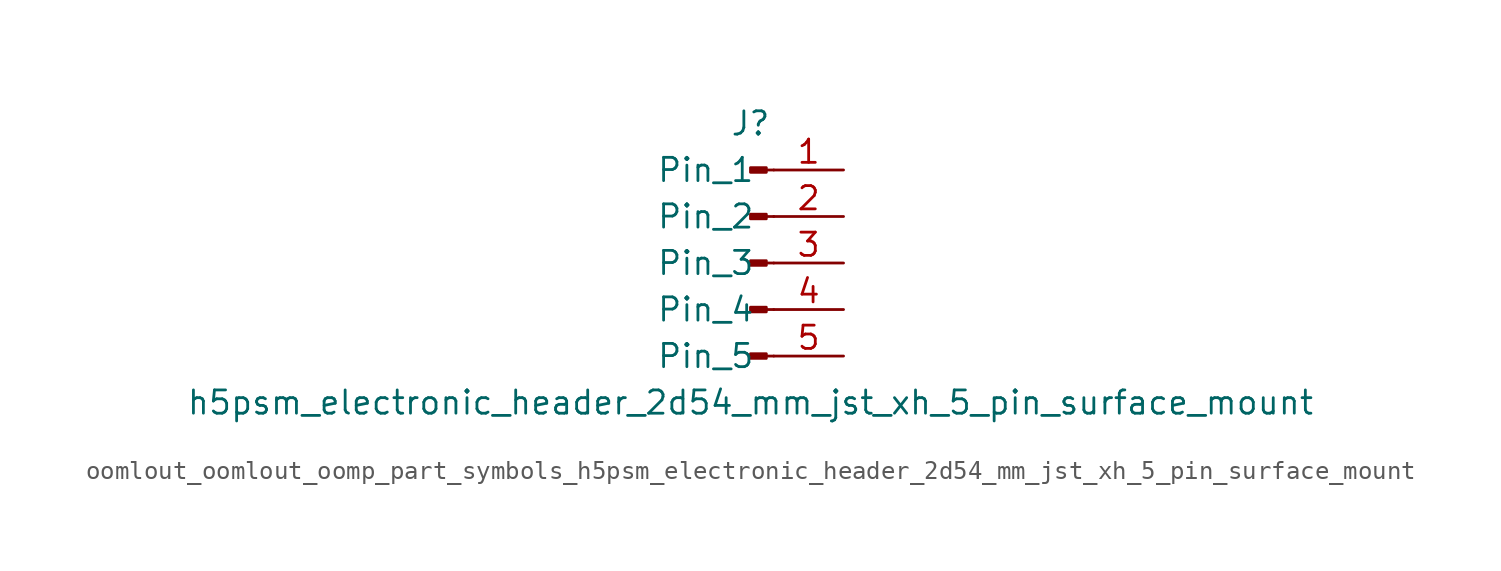
<source format=kicad_sym>
(kicad_symbol_lib
  (version 20220914)
  (generator kicad_symbol_editor)
  (symbol "oomlout_oomlout_oomp_part_symbols_h5psm_electronic_header_2d54_mm_jst_xh_5_pin_surface_mount"
    (pin_names
      (offset 1.016))
    (property "Reference" "J"
      (at 0 7.62 0)
      (effects (font (size 1.27 1.27))))
    (property "Value" "h5psm_electronic_header_2d54_mm_jst_xh_5_pin_surface_mount"
      (at 0 -7.62 0)
      (effects (font (size 1.27 1.27))))
    (property "ki_locked" ""
      (at 0 0 0)
      (effects (font (size 1.27 1.27))))
    (symbol "oomlout_oomlout_oomp_part_symbols_h5psm_electronic_header_2d54_mm_jst_xh_5_pin_surface_mount_1_1"
      (polyline (pts (xy 1.27 -5.08) (xy 0.864 -5.08)) (stroke (width 0.152) (type default)) (fill (type none)))
      (polyline (pts (xy 1.27 -2.54) (xy 0.864 -2.54)) (stroke (width 0.152) (type default)) (fill (type none)))
      (polyline (pts (xy 1.27 0) (xy 0.864 0)) (stroke (width 0.152) (type default)) (fill (type none)))
      (polyline (pts (xy 1.27 2.54) (xy 0.864 2.54)) (stroke (width 0.152) (type default)) (fill (type none)))
      (polyline (pts (xy 1.27 5.08) (xy 0.864 5.08)) (stroke (width 0.152) (type default)) (fill (type none)))
      (rectangle (start 0.864 -4.953) (end 0 -5.207) (stroke (width 0.152) (type default)) (fill (type outline)))
      (rectangle (start 0.864 -2.413) (end 0 -2.667) (stroke (width 0.152) (type default)) (fill (type outline)))
      (rectangle (start 0.864 0.127) (end 0 -0.127) (stroke (width 0.152) (type default)) (fill (type outline)))
      (rectangle (start 0.864 2.667) (end 0 2.413) (stroke (width 0.152) (type default)) (fill (type outline)))
      (rectangle (start 0.864 5.207) (end 0 4.953) (stroke (width 0.152) (type default)) (fill (type outline)))
      (pin passive line (at 5.08 5.08 180) (length 3.81) (name "Pin_1" (effects (font (size 1.27 1.27)))) (number "1" (effects (font (size 1.27 1.27)))))
      (pin passive line (at 5.08 2.54 180) (length 3.81) (name "Pin_2" (effects (font (size 1.27 1.27)))) (number "2" (effects (font (size 1.27 1.27)))))
      (pin passive line (at 5.08 0 180) (length 3.81) (name "Pin_3" (effects (font (size 1.27 1.27)))) (number "3" (effects (font (size 1.27 1.27)))))
      (pin passive line (at 5.08 -2.54 180) (length 3.81) (name "Pin_4" (effects (font (size 1.27 1.27)))) (number "4" (effects (font (size 1.27 1.27)))))
      (pin passive line (at 5.08 -5.08 180) (length 3.81) (name "Pin_5" (effects (font (size 1.27 1.27)))) (number "5" (effects (font (size 1.27 1.27))))))))
</source>
